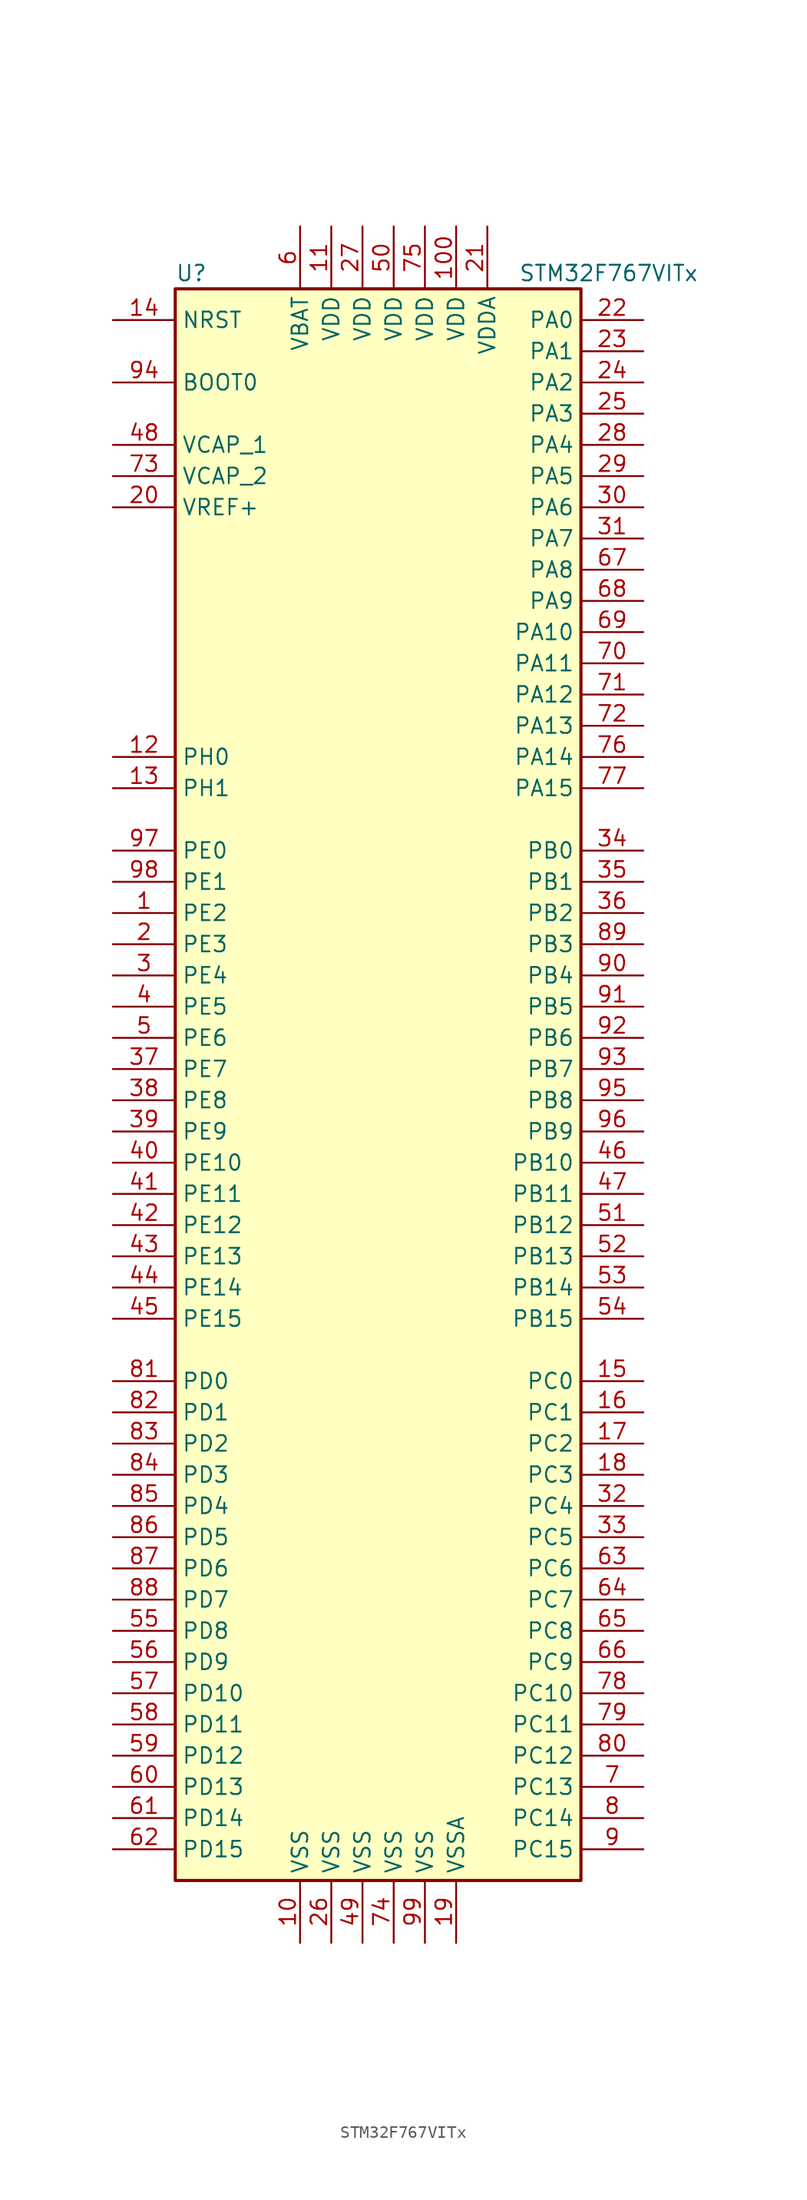
<source format=kicad_sym>
(kicad_symbol_lib
  (version 20201005)
  (generator kicad_symbol_editor)
  (symbol "STM32F767VITx"
    (property "Reference" "U"
      (at -17.78 64.77 0)
      (effects (font (size 1.27 1.27)) (justify left)))
    (property "Value" "STM32F767VITx"
      (at 10.16 64.77 0)
      (effects (font (size 1.27 1.27)) (justify left)))
    (symbol "STM32F767VITx_0_1"
      (rectangle (start -17.78 -66.04) (end 15.24 63.5) (stroke (width 0.254)) (fill (type background))))
    (symbol "STM32F767VITx_1_1"
      (pin bidirectional line (at -22.86 12.7 0) (length 5.08) (name "PE2" (effects (font (size 1.27 1.27)))) (number "1" (effects (font (size 1.27 1.27)))))
      (pin power_in line (at -7.62 -71.12 90) (length 5.08) (name "VSS" (effects (font (size 1.27 1.27)))) (number "10" (effects (font (size 1.27 1.27)))))
      (pin power_in line (at 5.08 68.58 270) (length 5.08) (name "VDD" (effects (font (size 1.27 1.27)))) (number "100" (effects (font (size 1.27 1.27)))))
      (pin power_in line (at -5.08 68.58 270) (length 5.08) (name "VDD" (effects (font (size 1.27 1.27)))) (number "11" (effects (font (size 1.27 1.27)))))
      (pin input line (at -22.86 25.4 0) (length 5.08) (name "PH0" (effects (font (size 1.27 1.27)))) (number "12" (effects (font (size 1.27 1.27)))))
      (pin input line (at -22.86 22.86 0) (length 5.08) (name "PH1" (effects (font (size 1.27 1.27)))) (number "13" (effects (font (size 1.27 1.27)))))
      (pin input line (at -22.86 60.96 0) (length 5.08) (name "NRST" (effects (font (size 1.27 1.27)))) (number "14" (effects (font (size 1.27 1.27)))))
      (pin bidirectional line (at 20.32 -25.4 180) (length 5.08) (name "PC0" (effects (font (size 1.27 1.27)))) (number "15" (effects (font (size 1.27 1.27)))))
      (pin bidirectional line (at 20.32 -27.94 180) (length 5.08) (name "PC1" (effects (font (size 1.27 1.27)))) (number "16" (effects (font (size 1.27 1.27)))))
      (pin bidirectional line (at 20.32 -30.48 180) (length 5.08) (name "PC2" (effects (font (size 1.27 1.27)))) (number "17" (effects (font (size 1.27 1.27)))))
      (pin bidirectional line (at 20.32 -33.02 180) (length 5.08) (name "PC3" (effects (font (size 1.27 1.27)))) (number "18" (effects (font (size 1.27 1.27)))))
      (pin power_in line (at 5.08 -71.12 90) (length 5.08) (name "VSSA" (effects (font (size 1.27 1.27)))) (number "19" (effects (font (size 1.27 1.27)))))
      (pin bidirectional line (at -22.86 10.16 0) (length 5.08) (name "PE3" (effects (font (size 1.27 1.27)))) (number "2" (effects (font (size 1.27 1.27)))))
      (pin power_in line (at -22.86 45.72 0) (length 5.08) (name "VREF+" (effects (font (size 1.27 1.27)))) (number "20" (effects (font (size 1.27 1.27)))))
      (pin power_in line (at 7.62 68.58 270) (length 5.08) (name "VDDA" (effects (font (size 1.27 1.27)))) (number "21" (effects (font (size 1.27 1.27)))))
      (pin bidirectional line (at 20.32 60.96 180) (length 5.08) (name "PA0" (effects (font (size 1.27 1.27)))) (number "22" (effects (font (size 1.27 1.27)))))
      (pin bidirectional line (at 20.32 58.42 180) (length 5.08) (name "PA1" (effects (font (size 1.27 1.27)))) (number "23" (effects (font (size 1.27 1.27)))))
      (pin bidirectional line (at 20.32 55.88 180) (length 5.08) (name "PA2" (effects (font (size 1.27 1.27)))) (number "24" (effects (font (size 1.27 1.27)))))
      (pin bidirectional line (at 20.32 53.34 180) (length 5.08) (name "PA3" (effects (font (size 1.27 1.27)))) (number "25" (effects (font (size 1.27 1.27)))))
      (pin power_in line (at -5.08 -71.12 90) (length 5.08) (name "VSS" (effects (font (size 1.27 1.27)))) (number "26" (effects (font (size 1.27 1.27)))))
      (pin power_in line (at -2.54 68.58 270) (length 5.08) (name "VDD" (effects (font (size 1.27 1.27)))) (number "27" (effects (font (size 1.27 1.27)))))
      (pin bidirectional line (at 20.32 50.8 180) (length 5.08) (name "PA4" (effects (font (size 1.27 1.27)))) (number "28" (effects (font (size 1.27 1.27)))))
      (pin bidirectional line (at 20.32 48.26 180) (length 5.08) (name "PA5" (effects (font (size 1.27 1.27)))) (number "29" (effects (font (size 1.27 1.27)))))
      (pin bidirectional line (at -22.86 7.62 0) (length 5.08) (name "PE4" (effects (font (size 1.27 1.27)))) (number "3" (effects (font (size 1.27 1.27)))))
      (pin bidirectional line (at 20.32 45.72 180) (length 5.08) (name "PA6" (effects (font (size 1.27 1.27)))) (number "30" (effects (font (size 1.27 1.27)))))
      (pin bidirectional line (at 20.32 43.18 180) (length 5.08) (name "PA7" (effects (font (size 1.27 1.27)))) (number "31" (effects (font (size 1.27 1.27)))))
      (pin bidirectional line (at 20.32 -35.56 180) (length 5.08) (name "PC4" (effects (font (size 1.27 1.27)))) (number "32" (effects (font (size 1.27 1.27)))))
      (pin bidirectional line (at 20.32 -38.1 180) (length 5.08) (name "PC5" (effects (font (size 1.27 1.27)))) (number "33" (effects (font (size 1.27 1.27)))))
      (pin bidirectional line (at 20.32 17.78 180) (length 5.08) (name "PB0" (effects (font (size 1.27 1.27)))) (number "34" (effects (font (size 1.27 1.27)))))
      (pin bidirectional line (at 20.32 15.24 180) (length 5.08) (name "PB1" (effects (font (size 1.27 1.27)))) (number "35" (effects (font (size 1.27 1.27)))))
      (pin bidirectional line (at 20.32 12.7 180) (length 5.08) (name "PB2" (effects (font (size 1.27 1.27)))) (number "36" (effects (font (size 1.27 1.27)))))
      (pin bidirectional line (at -22.86 0 0) (length 5.08) (name "PE7" (effects (font (size 1.27 1.27)))) (number "37" (effects (font (size 1.27 1.27)))))
      (pin bidirectional line (at -22.86 -2.54 0) (length 5.08) (name "PE8" (effects (font (size 1.27 1.27)))) (number "38" (effects (font (size 1.27 1.27)))))
      (pin bidirectional line (at -22.86 -5.08 0) (length 5.08) (name "PE9" (effects (font (size 1.27 1.27)))) (number "39" (effects (font (size 1.27 1.27)))))
      (pin bidirectional line (at -22.86 5.08 0) (length 5.08) (name "PE5" (effects (font (size 1.27 1.27)))) (number "4" (effects (font (size 1.27 1.27)))))
      (pin bidirectional line (at -22.86 -7.62 0) (length 5.08) (name "PE10" (effects (font (size 1.27 1.27)))) (number "40" (effects (font (size 1.27 1.27)))))
      (pin bidirectional line (at -22.86 -10.16 0) (length 5.08) (name "PE11" (effects (font (size 1.27 1.27)))) (number "41" (effects (font (size 1.27 1.27)))))
      (pin bidirectional line (at -22.86 -12.7 0) (length 5.08) (name "PE12" (effects (font (size 1.27 1.27)))) (number "42" (effects (font (size 1.27 1.27)))))
      (pin bidirectional line (at -22.86 -15.24 0) (length 5.08) (name "PE13" (effects (font (size 1.27 1.27)))) (number "43" (effects (font (size 1.27 1.27)))))
      (pin bidirectional line (at -22.86 -17.78 0) (length 5.08) (name "PE14" (effects (font (size 1.27 1.27)))) (number "44" (effects (font (size 1.27 1.27)))))
      (pin bidirectional line (at -22.86 -20.32 0) (length 5.08) (name "PE15" (effects (font (size 1.27 1.27)))) (number "45" (effects (font (size 1.27 1.27)))))
      (pin bidirectional line (at 20.32 -7.62 180) (length 5.08) (name "PB10" (effects (font (size 1.27 1.27)))) (number "46" (effects (font (size 1.27 1.27)))))
      (pin bidirectional line (at 20.32 -10.16 180) (length 5.08) (name "PB11" (effects (font (size 1.27 1.27)))) (number "47" (effects (font (size 1.27 1.27)))))
      (pin power_in line (at -22.86 50.8 0) (length 5.08) (name "VCAP_1" (effects (font (size 1.27 1.27)))) (number "48" (effects (font (size 1.27 1.27)))))
      (pin power_in line (at -2.54 -71.12 90) (length 5.08) (name "VSS" (effects (font (size 1.27 1.27)))) (number "49" (effects (font (size 1.27 1.27)))))
      (pin bidirectional line (at -22.86 2.54 0) (length 5.08) (name "PE6" (effects (font (size 1.27 1.27)))) (number "5" (effects (font (size 1.27 1.27)))))
      (pin power_in line (at 0 68.58 270) (length 5.08) (name "VDD" (effects (font (size 1.27 1.27)))) (number "50" (effects (font (size 1.27 1.27)))))
      (pin bidirectional line (at 20.32 -12.7 180) (length 5.08) (name "PB12" (effects (font (size 1.27 1.27)))) (number "51" (effects (font (size 1.27 1.27)))))
      (pin bidirectional line (at 20.32 -15.24 180) (length 5.08) (name "PB13" (effects (font (size 1.27 1.27)))) (number "52" (effects (font (size 1.27 1.27)))))
      (pin bidirectional line (at 20.32 -17.78 180) (length 5.08) (name "PB14" (effects (font (size 1.27 1.27)))) (number "53" (effects (font (size 1.27 1.27)))))
      (pin bidirectional line (at 20.32 -20.32 180) (length 5.08) (name "PB15" (effects (font (size 1.27 1.27)))) (number "54" (effects (font (size 1.27 1.27)))))
      (pin bidirectional line (at -22.86 -45.72 0) (length 5.08) (name "PD8" (effects (font (size 1.27 1.27)))) (number "55" (effects (font (size 1.27 1.27)))))
      (pin bidirectional line (at -22.86 -48.26 0) (length 5.08) (name "PD9" (effects (font (size 1.27 1.27)))) (number "56" (effects (font (size 1.27 1.27)))))
      (pin bidirectional line (at -22.86 -50.8 0) (length 5.08) (name "PD10" (effects (font (size 1.27 1.27)))) (number "57" (effects (font (size 1.27 1.27)))))
      (pin bidirectional line (at -22.86 -53.34 0) (length 5.08) (name "PD11" (effects (font (size 1.27 1.27)))) (number "58" (effects (font (size 1.27 1.27)))))
      (pin bidirectional line (at -22.86 -55.88 0) (length 5.08) (name "PD12" (effects (font (size 1.27 1.27)))) (number "59" (effects (font (size 1.27 1.27)))))
      (pin power_in line (at -7.62 68.58 270) (length 5.08) (name "VBAT" (effects (font (size 1.27 1.27)))) (number "6" (effects (font (size 1.27 1.27)))))
      (pin bidirectional line (at -22.86 -58.42 0) (length 5.08) (name "PD13" (effects (font (size 1.27 1.27)))) (number "60" (effects (font (size 1.27 1.27)))))
      (pin bidirectional line (at -22.86 -60.96 0) (length 5.08) (name "PD14" (effects (font (size 1.27 1.27)))) (number "61" (effects (font (size 1.27 1.27)))))
      (pin bidirectional line (at -22.86 -63.5 0) (length 5.08) (name "PD15" (effects (font (size 1.27 1.27)))) (number "62" (effects (font (size 1.27 1.27)))))
      (pin bidirectional line (at 20.32 -40.64 180) (length 5.08) (name "PC6" (effects (font (size 1.27 1.27)))) (number "63" (effects (font (size 1.27 1.27)))))
      (pin bidirectional line (at 20.32 -43.18 180) (length 5.08) (name "PC7" (effects (font (size 1.27 1.27)))) (number "64" (effects (font (size 1.27 1.27)))))
      (pin bidirectional line (at 20.32 -45.72 180) (length 5.08) (name "PC8" (effects (font (size 1.27 1.27)))) (number "65" (effects (font (size 1.27 1.27)))))
      (pin bidirectional line (at 20.32 -48.26 180) (length 5.08) (name "PC9" (effects (font (size 1.27 1.27)))) (number "66" (effects (font (size 1.27 1.27)))))
      (pin bidirectional line (at 20.32 40.64 180) (length 5.08) (name "PA8" (effects (font (size 1.27 1.27)))) (number "67" (effects (font (size 1.27 1.27)))))
      (pin bidirectional line (at 20.32 38.1 180) (length 5.08) (name "PA9" (effects (font (size 1.27 1.27)))) (number "68" (effects (font (size 1.27 1.27)))))
      (pin bidirectional line (at 20.32 35.56 180) (length 5.08) (name "PA10" (effects (font (size 1.27 1.27)))) (number "69" (effects (font (size 1.27 1.27)))))
      (pin bidirectional line (at 20.32 -58.42 180) (length 5.08) (name "PC13" (effects (font (size 1.27 1.27)))) (number "7" (effects (font (size 1.27 1.27)))))
      (pin bidirectional line (at 20.32 33.02 180) (length 5.08) (name "PA11" (effects (font (size 1.27 1.27)))) (number "70" (effects (font (size 1.27 1.27)))))
      (pin bidirectional line (at 20.32 30.48 180) (length 5.08) (name "PA12" (effects (font (size 1.27 1.27)))) (number "71" (effects (font (size 1.27 1.27)))))
      (pin bidirectional line (at 20.32 27.94 180) (length 5.08) (name "PA13" (effects (font (size 1.27 1.27)))) (number "72" (effects (font (size 1.27 1.27)))))
      (pin power_in line (at -22.86 48.26 0) (length 5.08) (name "VCAP_2" (effects (font (size 1.27 1.27)))) (number "73" (effects (font (size 1.27 1.27)))))
      (pin power_in line (at 0 -71.12 90) (length 5.08) (name "VSS" (effects (font (size 1.27 1.27)))) (number "74" (effects (font (size 1.27 1.27)))))
      (pin power_in line (at 2.54 68.58 270) (length 5.08) (name "VDD" (effects (font (size 1.27 1.27)))) (number "75" (effects (font (size 1.27 1.27)))))
      (pin bidirectional line (at 20.32 25.4 180) (length 5.08) (name "PA14" (effects (font (size 1.27 1.27)))) (number "76" (effects (font (size 1.27 1.27)))))
      (pin bidirectional line (at 20.32 22.86 180) (length 5.08) (name "PA15" (effects (font (size 1.27 1.27)))) (number "77" (effects (font (size 1.27 1.27)))))
      (pin bidirectional line (at 20.32 -50.8 180) (length 5.08) (name "PC10" (effects (font (size 1.27 1.27)))) (number "78" (effects (font (size 1.27 1.27)))))
      (pin bidirectional line (at 20.32 -53.34 180) (length 5.08) (name "PC11" (effects (font (size 1.27 1.27)))) (number "79" (effects (font (size 1.27 1.27)))))
      (pin bidirectional line (at 20.32 -60.96 180) (length 5.08) (name "PC14" (effects (font (size 1.27 1.27)))) (number "8" (effects (font (size 1.27 1.27)))))
      (pin bidirectional line (at 20.32 -55.88 180) (length 5.08) (name "PC12" (effects (font (size 1.27 1.27)))) (number "80" (effects (font (size 1.27 1.27)))))
      (pin bidirectional line (at -22.86 -25.4 0) (length 5.08) (name "PD0" (effects (font (size 1.27 1.27)))) (number "81" (effects (font (size 1.27 1.27)))))
      (pin bidirectional line (at -22.86 -27.94 0) (length 5.08) (name "PD1" (effects (font (size 1.27 1.27)))) (number "82" (effects (font (size 1.27 1.27)))))
      (pin bidirectional line (at -22.86 -30.48 0) (length 5.08) (name "PD2" (effects (font (size 1.27 1.27)))) (number "83" (effects (font (size 1.27 1.27)))))
      (pin bidirectional line (at -22.86 -33.02 0) (length 5.08) (name "PD3" (effects (font (size 1.27 1.27)))) (number "84" (effects (font (size 1.27 1.27)))))
      (pin bidirectional line (at -22.86 -35.56 0) (length 5.08) (name "PD4" (effects (font (size 1.27 1.27)))) (number "85" (effects (font (size 1.27 1.27)))))
      (pin bidirectional line (at -22.86 -38.1 0) (length 5.08) (name "PD5" (effects (font (size 1.27 1.27)))) (number "86" (effects (font (size 1.27 1.27)))))
      (pin bidirectional line (at -22.86 -40.64 0) (length 5.08) (name "PD6" (effects (font (size 1.27 1.27)))) (number "87" (effects (font (size 1.27 1.27)))))
      (pin bidirectional line (at -22.86 -43.18 0) (length 5.08) (name "PD7" (effects (font (size 1.27 1.27)))) (number "88" (effects (font (size 1.27 1.27)))))
      (pin bidirectional line (at 20.32 10.16 180) (length 5.08) (name "PB3" (effects (font (size 1.27 1.27)))) (number "89" (effects (font (size 1.27 1.27)))))
      (pin bidirectional line (at 20.32 -63.5 180) (length 5.08) (name "PC15" (effects (font (size 1.27 1.27)))) (number "9" (effects (font (size 1.27 1.27)))))
      (pin bidirectional line (at 20.32 7.62 180) (length 5.08) (name "PB4" (effects (font (size 1.27 1.27)))) (number "90" (effects (font (size 1.27 1.27)))))
      (pin bidirectional line (at 20.32 5.08 180) (length 5.08) (name "PB5" (effects (font (size 1.27 1.27)))) (number "91" (effects (font (size 1.27 1.27)))))
      (pin bidirectional line (at 20.32 2.54 180) (length 5.08) (name "PB6" (effects (font (size 1.27 1.27)))) (number "92" (effects (font (size 1.27 1.27)))))
      (pin bidirectional line (at 20.32 0 180) (length 5.08) (name "PB7" (effects (font (size 1.27 1.27)))) (number "93" (effects (font (size 1.27 1.27)))))
      (pin input line (at -22.86 55.88 0) (length 5.08) (name "BOOT0" (effects (font (size 1.27 1.27)))) (number "94" (effects (font (size 1.27 1.27)))))
      (pin bidirectional line (at 20.32 -2.54 180) (length 5.08) (name "PB8" (effects (font (size 1.27 1.27)))) (number "95" (effects (font (size 1.27 1.27)))))
      (pin bidirectional line (at 20.32 -5.08 180) (length 5.08) (name "PB9" (effects (font (size 1.27 1.27)))) (number "96" (effects (font (size 1.27 1.27)))))
      (pin bidirectional line (at -22.86 17.78 0) (length 5.08) (name "PE0" (effects (font (size 1.27 1.27)))) (number "97" (effects (font (size 1.27 1.27)))))
      (pin bidirectional line (at -22.86 15.24 0) (length 5.08) (name "PE1" (effects (font (size 1.27 1.27)))) (number "98" (effects (font (size 1.27 1.27)))))
      (pin power_in line (at 2.54 -71.12 90) (length 5.08) (name "VSS" (effects (font (size 1.27 1.27)))) (number "99" (effects (font (size 1.27 1.27))))))))
</source>
